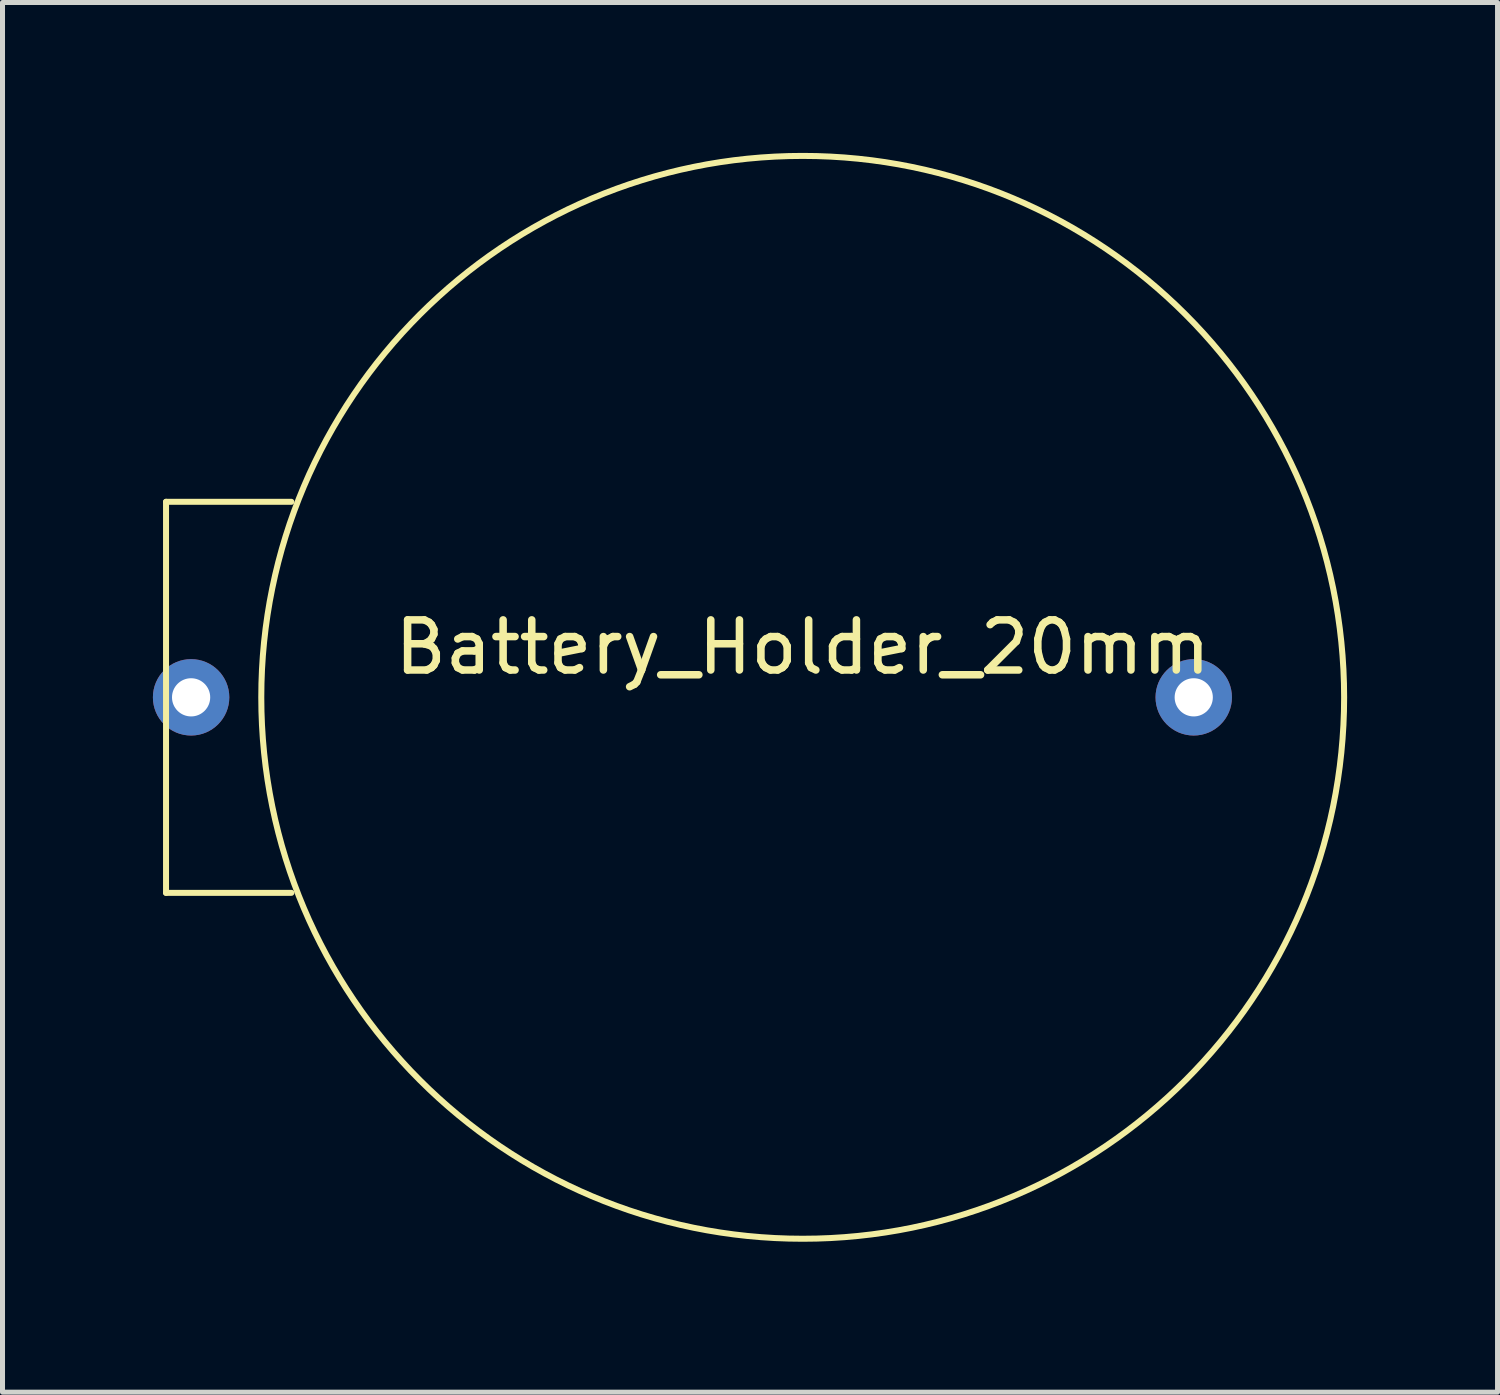
<source format=kicad_pcb>
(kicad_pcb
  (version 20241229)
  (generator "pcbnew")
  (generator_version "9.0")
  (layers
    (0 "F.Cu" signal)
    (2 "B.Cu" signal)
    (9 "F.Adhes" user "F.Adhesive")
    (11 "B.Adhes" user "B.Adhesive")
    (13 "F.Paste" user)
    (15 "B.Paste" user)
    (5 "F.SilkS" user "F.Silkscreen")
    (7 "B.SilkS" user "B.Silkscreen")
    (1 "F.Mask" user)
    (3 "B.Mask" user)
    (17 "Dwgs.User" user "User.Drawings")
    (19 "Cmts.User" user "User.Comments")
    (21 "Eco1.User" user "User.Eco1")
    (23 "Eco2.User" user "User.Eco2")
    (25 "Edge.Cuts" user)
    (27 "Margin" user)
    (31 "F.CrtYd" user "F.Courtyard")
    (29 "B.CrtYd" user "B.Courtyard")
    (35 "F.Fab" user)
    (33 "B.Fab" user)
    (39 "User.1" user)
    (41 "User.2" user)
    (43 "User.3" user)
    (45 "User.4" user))
  (footprint "Battery_Holder_20mm"
    (layer "F.Cu")
    (at 10.762 10.86)
    (property "Reference" "Battery_Holder_20mm" (at 2.2 -1 0) (unlocked yes) (layer "F.SilkS") (effects (font (size 1 1) (thickness 0.15))))
    (attr through_hole)
    (fp_line (start -10.5 -3.9) (end -10.5 3.9) (stroke (width 0.12) (type solid)) (layer "F.SilkS"))
    (fp_line (start -10.5 3.9) (end -8 3.9) (stroke (width 0.12) (type solid)) (layer "F.SilkS"))
    (fp_line (start -8 -3.9) (end -10.5 -3.9) (stroke (width 0.12) (type solid)) (layer "F.SilkS"))
    (fp_circle (center 2.2 0) (end 13 0) (stroke (width 0.12) (type solid)) (fill no) (layer "F.SilkS"))
    (pad "1" thru_hole circle (at -10 0) (size 1.524 1.524) (drill 0.762) (layers "*.Cu" "*.Mask"))
    (pad "2" thru_hole circle (at 10 0) (size 1.524 1.524) (drill 0.762) (layers "*.Cu" "*.Mask")))
  (gr_rect
    (start -3 -3)
    (end 26.822 24.72)
    (stroke (width 0.1) (type default))
    (fill no)
    (layer "Edge.Cuts")))
</source>
